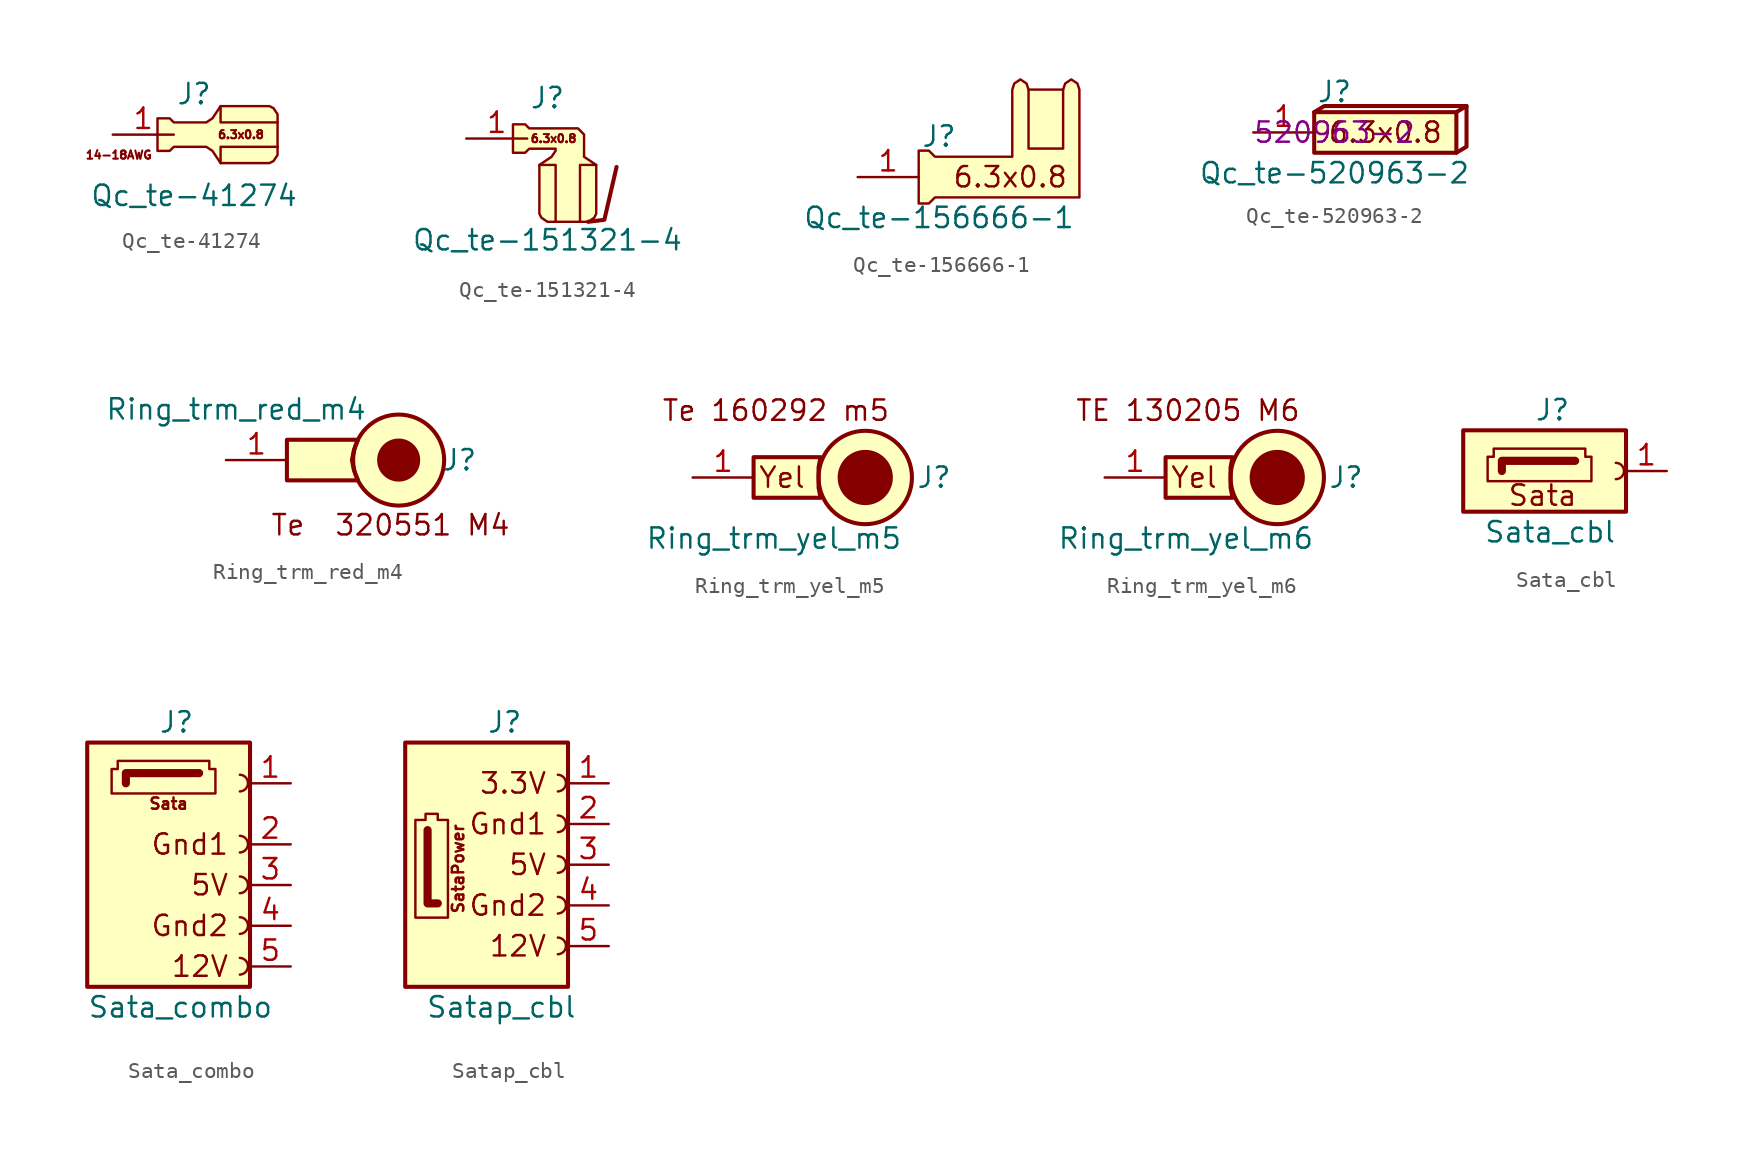
<source format=kicad_sym>
(kicad_symbol_lib
  (version 20211014)
  (generator kicad_symbol_editor)
  (symbol "Qc_te-41274"
    (pin_names
      (offset 1.016) hide)
    (property "Reference" "J"
      (at 0 2.54 0)
      (effects (font (size 1.27 1.27))))
    (property "Value" "Qc_te-41274"
      (at 0 -3.81 0)
      (effects (font (size 1.27 1.27))))
    (symbol "Qc_te-41274_0_0"
      (text "14-18AWG" (at -4.699 -1.27 0) (effects (font (size 0.508 0.508)))))
    (symbol "Qc_te-41274_0_1"
      (polyline (pts (xy 5.207 -0.762) (xy 1.651 -0.762) (xy 1.651 -1.778)) (stroke (width 0) (type default) (color 0 0 0 0)) (fill (type none)))
      (polyline (pts (xy 5.207 0.762) (xy 1.651 0.762) (xy 1.651 1.778)) (stroke (width 0) (type default) (color 0 0 0 0)) (fill (type none)))
      (polyline (pts (xy 4.699 1.778) (xy 1.651 1.778) (xy 1.143 1.016) (xy 0.762 0.762) (xy -1.27 0.762) (xy -1.524 1.016) (xy -2.286 1.016) (xy -2.286 -1.016) (xy -1.524 -1.016) (xy -1.27 -0.762) (xy 0.762 -0.762) (xy 1.143 -1.016) (xy 1.651 -1.778) (xy 4.699 -1.778) (xy 4.953 -1.651) (xy 5.207 -1.27) (xy 5.207 -0.762) (xy 5.207 1.27) (xy 4.953 1.651) (xy 4.699 1.778)) (stroke (width 0) (type default) (color 0 0 0 0)) (fill (type background))))
    (symbol "Qc_te-41274_1_1"
      (text "6.3x0.8" (at 2.921 0 0) (effects (font (size 0.508 0.508))))
      (pin passive line (at -5.08 0 0) (length 3.81) (name "Pin_1" (effects (font (size 1.27 1.27)))) (number "1" (effects (font (size 1.27 1.27)))))))
  (symbol "Qc_te-151321-4"
    (pin_names
      (offset 1.016) hide)
    (property "Reference" "J"
      (at 0 2.54 0)
      (effects (font (size 1.27 1.27))))
    (property "Value" "Qc_te-151321-4"
      (at 0 -6.35 0)
      (effects (font (size 1.27 1.27))))
    (symbol "Qc_te-151321-4_0_0"
      (polyline (pts (xy 2.54 -5.207) (xy 3.556 -5.08) (xy 4.318 -1.778)) (stroke (width 0.254) (type default) (color 0 0 0 0)) (fill (type none)))
      (text "6.3x0.8" (at 0.381 0 0) (effects (font (size 0.508 0.508)))))
    (symbol "Qc_te-151321-4_0_1"
      (polyline (pts (xy 0.508 -5.207) (xy 0.508 -1.651) (xy -0.508 -1.651)) (stroke (width 0) (type default) (color 0 0 0 0)) (fill (type none)))
      (polyline (pts (xy 2.032 -5.207) (xy 2.032 -1.651) (xy 3.048 -1.651)) (stroke (width 0) (type default) (color 0 0 0 0)) (fill (type none)))
      (polyline (pts (xy 3.048 -4.699) (xy 3.048 -1.651) (xy 2.286 -1.143) (xy 2.286 0.254) (xy 1.905 0.635) (xy -1.143 0.635) (xy -1.397 0.889) (xy -2.159 0.889) (xy -2.159 -0.889) (xy -1.397 -0.889) (xy -1.143 -0.635) (xy 0.508 -0.635) (xy 0.508 -0.762) (xy 0.254 -1.143) (xy -0.508 -1.651) (xy -0.508 -4.699) (xy -0.381 -4.953) (xy 0 -5.207) (xy 0.508 -5.207) (xy 2.54 -5.207) (xy 2.921 -4.953) (xy 3.048 -4.699)) (stroke (width 0) (type default) (color 0 0 0 0)) (fill (type background))))
    (symbol "Qc_te-151321-4_1_1"
      (pin passive line (at -5.08 0 0) (length 3.81) (name "Pin_1" (effects (font (size 1.27 1.27)))) (number "1" (effects (font (size 1.27 1.27)))))))
  (symbol "Qc_te-156666-1"
    (pin_names
      (offset 1.016) hide)
    (property "Reference" "J"
      (at 0 2.54 0)
      (effects (font (size 1.27 1.27))))
    (property "Value" "Qc_te-156666-1"
      (at 0 -2.54 0)
      (effects (font (size 1.27 1.27))))
    (symbol "Qc_te-156666-1_0_0"
      (polyline (pts (xy -0.254 -1.27) (xy -0.635 -1.651) (xy -1.27 -1.651) (xy -1.27 0) (xy -1.27 1.651) (xy -0.635 1.651) (xy -0.254 1.27) (xy 4.572 1.27) (xy 4.572 5.461) (xy 4.699 5.842) (xy 5.08 6.096) (xy 5.461 5.842) (xy 5.588 5.461) (xy 7.747 5.461) (xy 7.874 5.842) (xy 8.255 6.096) (xy 8.636 5.842) (xy 8.763 5.461) (xy 8.763 -1.27) (xy -0.254 -1.27)) (stroke (width 0) (type default) (color 0 0 0 0)) (fill (type background)))
      (text "6.3x0.8" (at 4.445 0 0) (effects (font (size 1.27 1.27)))))
    (symbol "Qc_te-156666-1_0_1"
      (polyline (pts (xy 5.588 5.461) (xy 5.588 1.778) (xy 7.747 1.778) (xy 7.747 5.461)) (stroke (width 0) (type default) (color 0 0 0 0)) (fill (type none))))
    (symbol "Qc_te-156666-1_1_1"
      (pin passive line (at -5.08 0 0) (length 3.81) (name "Pin_1" (effects (font (size 1.27 1.27)))) (number "1" (effects (font (size 1.27 1.27)))))))
  (symbol "Qc_te-520963-2"
    (pin_names
      (offset 1.016) hide)
    (property "Reference" "J"
      (at 0 2.54 0)
      (effects (font (size 1.27 1.27))))
    (property "Value" "Qc_te-520963-2"
      (at 0 -2.54 0)
      (effects (font (size 1.27 1.27))))
    (property "Vendor_pn" "520963-2"
      (at 0 0 0)
      (effects (font (size 1.27 1.27))))
    (symbol "Qc_te-520963-2_0_0"
      (text "6.3x0.8" (at 3.175 0 0) (effects (font (size 1.27 1.27)))))
    (symbol "Qc_te-520963-2_0_1"
      (polyline (pts (xy 7.62 1.27) (xy 8.255 1.651)) (stroke (width 0.254) (type default) (color 0 0 0 0)) (fill (type none)))
      (polyline (pts (xy -1.27 1.27) (xy -0.635 1.651) (xy 8.255 1.651) (xy 8.255 -0.889) (xy 7.62 -1.27)) (stroke (width 0.254) (type default) (color 0 0 0 0)) (fill (type none))))
    (symbol "Qc_te-520963-2_1_1"
      (rectangle (start -1.27 1.27) (end 7.62 -1.27) (stroke (width 0.254) (type default) (color 0 0 0 0)) (fill (type background)))
      (pin passive line (at -5.08 0 0) (length 3.81) (name "Pin_1" (effects (font (size 1.27 1.27)))) (number "1" (effects (font (size 1.27 1.27)))))))
  (symbol "Ring_trm_red_m4"
    (pin_names
      (offset 1.016) hide)
    (property "Reference" "J"
      (at 9.525 0 0)
      (effects (font (size 1.27 1.27))))
    (property "Value" "Ring_trm_red_m4"
      (at -4.445 3.175 0)
      (effects (font (size 1.27 1.27))))
    (symbol "Ring_trm_red_m4_0_0"
      (text "Te  320551 M4" (at 5.207 -4.064 0) (effects (font (size 1.27 1.27)))))
    (symbol "Ring_trm_red_m4_0_1"
      (polyline (pts (xy 3.175 1.27) (xy 2.921 0.635) (xy 2.794 0) (xy 2.921 -0.635) (xy 3.175 -1.27) (xy -1.27 -1.27) (xy -1.27 1.27) (xy 3.175 1.27)) (stroke (width 0.254) (type default) (color 0 0 0 0)) (fill (type background)))
      (circle (center 5.715 0) (radius 1.27) (stroke (width 0) (type default) (color 0 0 0 0)) (fill (type outline)))
      (circle (center 5.715 0) (radius 2.845) (stroke (width 0.254) (type default) (color 0 0 0 0)) (fill (type background))))
    (symbol "Ring_trm_red_m4_1_1"
      (pin passive line (at -5.08 0 0) (length 3.81) (name "Pin_1" (effects (font (size 1.27 1.27)))) (number "1" (effects (font (size 1.27 1.27)))))))
  (symbol "Ring_trm_yel_m5"
    (pin_names
      (offset 1.016) hide)
    (property "Reference" "J"
      (at 8.89 0 0)
      (effects (font (size 1.27 1.27)) (justify left)))
    (property "Value" "Ring_trm_yel_m5"
      (at 0 -3.81 0)
      (effects (font (size 1.27 1.27))))
    (symbol "Ring_trm_yel_m5_0_0"
      (text "Te 160292 m5" (at 0.127 4.191 0) (effects (font (size 1.27 1.27))))
      (text "Yel" (at 0.508 0 0) (effects (font (size 1.27 1.27)))))
    (symbol "Ring_trm_yel_m5_0_1"
      (polyline (pts (xy 2.921 1.27) (xy 2.794 0.635) (xy 2.794 0) (xy 2.794 -0.635) (xy 2.921 -1.27) (xy -1.27 -1.27) (xy -1.27 1.27) (xy 2.921 1.27)) (stroke (width 0.254) (type default) (color 0 0 0 0)) (fill (type background)))
      (circle (center 5.715 0) (radius 1.651) (stroke (width 0) (type default) (color 0 0 0 0)) (fill (type outline)))
      (circle (center 5.715 0) (radius 2.921) (stroke (width 0.254) (type default) (color 0 0 0 0)) (fill (type background))))
    (symbol "Ring_trm_yel_m5_1_1"
      (pin passive line (at -5.08 0 0) (length 3.81) (name "Pin_1" (effects (font (size 1.27 1.27)))) (number "1" (effects (font (size 1.27 1.27)))))))
  (symbol "Ring_trm_yel_m6"
    (pin_names
      (offset 1.016) hide)
    (property "Reference" "J"
      (at 8.89 0 0)
      (effects (font (size 1.27 1.27)) (justify left)))
    (property "Value" "Ring_trm_yel_m6"
      (at 0 -3.81 0)
      (effects (font (size 1.27 1.27))))
    (symbol "Ring_trm_yel_m6_0_0"
      (text "TE 130205 M6" (at 0.127 4.191 0) (effects (font (size 1.27 1.27))))
      (text "Yel" (at 0.508 0 0) (effects (font (size 1.27 1.27)))))
    (symbol "Ring_trm_yel_m6_0_1"
      (polyline (pts (xy 2.921 1.27) (xy 2.794 0.635) (xy 2.794 0) (xy 2.794 -0.635) (xy 2.921 -1.27) (xy -1.27 -1.27) (xy -1.27 1.27) (xy 2.921 1.27)) (stroke (width 0.254) (type default) (color 0 0 0 0)) (fill (type background)))
      (circle (center 5.715 0) (radius 1.651) (stroke (width 0) (type default) (color 0 0 0 0)) (fill (type outline)))
      (circle (center 5.715 0) (radius 2.921) (stroke (width 0.254) (type default) (color 0 0 0 0)) (fill (type background))))
    (symbol "Ring_trm_yel_m6_1_1"
      (pin passive line (at -5.08 0 0) (length 3.81) (name "Pin_1" (effects (font (size 1.27 1.27)))) (number "1" (effects (font (size 1.27 1.27)))))))
  (symbol "Sata_cbl"
    (pin_names
      (offset 1.016) hide)
    (property "Reference" "J"
      (at -1.905 3.81 0)
      (effects (font (size 1.27 1.27)) (justify left)))
    (property "Value" "Sata_cbl"
      (at -5.08 -3.81 0)
      (effects (font (size 1.27 1.27)) (justify left)))
    (symbol "Sata_cbl_0_0"
      (polyline (pts (xy -3.937 0) (xy -3.937 0.635) (xy 0.635 0.635)) (stroke (width 0.508) (type default) (color 0 0 0 0)) (fill (type none)))
      (polyline (pts (xy -4.826 -0.635) (xy -4.826 0.889) (xy -4.445 0.889) (xy -4.445 1.397) (xy 1.27 1.397) (xy 1.27 0.889) (xy 1.651 0.889) (xy 1.651 -0.635) (xy -4.826 -0.635)) (stroke (width 0) (type default) (color 0 0 0 0)) (fill (type none)))
      (text "Sata" (at -1.397 -1.524 0) (effects (font (size 1.27 1.27)))))
    (symbol "Sata_cbl_0_1"
      (rectangle (start -6.35 -2.54) (end 3.81 2.54) (stroke (width 0.254) (type default) (color 0 0 0 0)) (fill (type background)))
      (arc (start 3.175 -0.508) (mid 3.683 0) (end 3.175 0.508) (stroke (width 0) (type default) (color 0 0 0 0)) (fill (type none))))
    (symbol "Sata_cbl_1_1"
      (pin passive line (at 6.35 0 180) (length 2.54) (name "Pin_1" (effects (font (size 1.27 1.27)))) (number "1" (effects (font (size 1.27 1.27)))))))
  (symbol "Sata_combo"
    (pin_names
      (offset 1.016) hide)
    (property "Reference" "J"
      (at -1.905 8.89 0)
      (effects (font (size 1.27 1.27)) (justify left)))
    (property "Value" "Sata_combo"
      (at -6.35 -8.89 0)
      (effects (font (size 1.27 1.27)) (justify left)))
    (symbol "Sata_combo_0_0"
      (polyline (pts (xy -3.937 5.08) (xy -3.937 5.715) (xy 0.635 5.715)) (stroke (width 0.508) (type default) (color 0 0 0 0)) (fill (type none)))
      (polyline (pts (xy -4.826 4.445) (xy -4.826 5.969) (xy -4.445 5.969) (xy -4.445 6.477) (xy 1.27 6.477) (xy 1.27 5.969) (xy 1.651 5.969) (xy 1.651 4.445) (xy -4.826 4.445)) (stroke (width 0) (type default) (color 0 0 0 0)) (fill (type none)))
      (text "12V" (at 2.54 -6.35 0) (effects (font (size 1.27 1.27)) (justify right)))
      (text "5V" (at 2.54 -1.27 0) (effects (font (size 1.27 1.27)) (justify right)))
      (text "Gnd1" (at 2.54 1.27 0) (effects (font (size 1.27 1.27)) (justify right)))
      (text "Gnd2" (at 2.54 -3.81 0) (effects (font (size 1.27 1.27)) (justify right)))
      (text "Sata" (at -1.27 3.81 0) (effects (font (size 0.711 0.711)))))
    (symbol "Sata_combo_0_1"
      (rectangle (start -6.35 -7.62) (end 3.81 7.62) (stroke (width 0.254) (type default) (color 0 0 0 0)) (fill (type background)))
      (arc (start 3.175 4.572) (mid 3.6832 5.0927) (end 3.175 5.6134) (stroke (width 0) (type default) (color 0 0 0 0)) (fill (type none))))
    (symbol "Sata_combo_1_1"
      (arc (start 3.175 -6.858) (mid 3.6832 -6.3373) (end 3.175 -5.8166) (stroke (width 0) (type default) (color 0 0 0 0)) (fill (type none)))
      (arc (start 3.175 -4.318) (mid 3.6832 -3.7973) (end 3.175 -3.2766) (stroke (width 0) (type default) (color 0 0 0 0)) (fill (type none)))
      (arc (start 3.175 -1.778) (mid 3.6832 -1.2573) (end 3.175 -0.7366) (stroke (width 0) (type default) (color 0 0 0 0)) (fill (type none)))
      (arc (start 3.175 0.762) (mid 3.6832 1.2827) (end 3.175 1.8034) (stroke (width 0) (type default) (color 0 0 0 0)) (fill (type none)))
      (pin passive line (at 6.35 5.08 180) (length 2.54) (name "Sata" (effects (font (size 1.27 1.27)))) (number "1" (effects (font (size 1.27 1.27)))))
      (pin passive line (at 6.35 1.27 180) (length 2.54) (name "GND1" (effects (font (size 1.27 1.27)))) (number "2" (effects (font (size 1.27 1.27)))))
      (pin passive line (at 6.35 -1.27 180) (length 2.54) (name "5V" (effects (font (size 1.27 1.27)))) (number "3" (effects (font (size 1.27 1.27)))))
      (pin passive line (at 6.35 -3.81 180) (length 2.54) (name "GND2" (effects (font (size 1.27 1.27)))) (number "4" (effects (font (size 1.27 1.27)))))
      (pin passive line (at 6.35 -6.35 180) (length 2.54) (name "12V" (effects (font (size 1.27 1.27)))) (number "5" (effects (font (size 1.27 1.27)))))))
  (symbol "Satap_cbl"
    (pin_names
      (offset 1.016) hide)
    (property "Reference" "J"
      (at -1.27 8.89 0)
      (effects (font (size 1.27 1.27)) (justify left)))
    (property "Value" "Satap_cbl"
      (at -5.08 -8.89 0)
      (effects (font (size 1.27 1.27)) (justify left)))
    (symbol "Satap_cbl_0_0"
      (polyline (pts (xy -4.318 -2.413) (xy -4.953 -2.413) (xy -4.953 2.159)) (stroke (width 0.508) (type default) (color 0 0 0 0)) (fill (type none)))
      (polyline (pts (xy -3.683 -3.302) (xy -5.207 -3.302) (xy -5.715 -3.302) (xy -5.715 -2.921) (xy -5.715 2.794) (xy -5.08 2.794) (xy -5.08 3.175) (xy -4.318 3.175) (xy -4.318 2.794) (xy -3.683 2.794) (xy -3.683 -3.302)) (stroke (width 0) (type default) (color 0 0 0 0)) (fill (type none)))
      (text "12V" (at 2.54 -5.08 0) (effects (font (size 1.27 1.27)) (justify right)))
      (text "5V" (at 2.54 0 0) (effects (font (size 1.27 1.27)) (justify right)))
      (text "Gnd1" (at 2.54 2.54 0) (effects (font (size 1.27 1.27)) (justify right)))
      (text "Gnd2" (at 2.54 -2.54 0) (effects (font (size 1.27 1.27)) (justify right)))
      (text "SataPower" (at -3.048 -0.254 900) (effects (font (size 0.711 0.711)))))
    (symbol "Satap_cbl_0_1"
      (rectangle (start -6.35 -7.62) (end 3.81 7.62) (stroke (width 0.254) (type default) (color 0 0 0 0)) (fill (type background)))
      (arc (start 3.175 4.572) (mid 3.6832 5.0927) (end 3.175 5.6134) (stroke (width 0) (type default) (color 0 0 0 0)) (fill (type none))))
    (symbol "Satap_cbl_1_1"
      (arc (start 3.175 -5.588) (mid 3.6832 -5.0673) (end 3.175 -4.5466) (stroke (width 0) (type default) (color 0 0 0 0)) (fill (type none)))
      (arc (start 3.175 -3.048) (mid 3.6832 -2.5273) (end 3.175 -2.0066) (stroke (width 0) (type default) (color 0 0 0 0)) (fill (type none)))
      (arc (start 3.175 -0.508) (mid 3.6832 0.0127) (end 3.175 0.5334) (stroke (width 0) (type default) (color 0 0 0 0)) (fill (type none)))
      (arc (start 3.175 2.032) (mid 3.6832 2.5527) (end 3.175 3.0734) (stroke (width 0) (type default) (color 0 0 0 0)) (fill (type none)))
      (text "3.3V" (at 2.54 5.08 0) (effects (font (size 1.27 1.27)) (justify right)))
      (pin passive line (at 6.35 5.08 180) (length 2.54) (name "3_3V" (effects (font (size 1.27 1.27)))) (number "1" (effects (font (size 1.27 1.27)))))
      (pin passive line (at 6.35 2.54 180) (length 2.54) (name "GND1" (effects (font (size 1.27 1.27)))) (number "2" (effects (font (size 1.27 1.27)))))
      (pin passive line (at 6.35 0 180) (length 2.54) (name "5V" (effects (font (size 1.27 1.27)))) (number "3" (effects (font (size 1.27 1.27)))))
      (pin passive line (at 6.35 -2.54 180) (length 2.54) (name "GND2" (effects (font (size 1.27 1.27)))) (number "4" (effects (font (size 1.27 1.27)))))
      (pin passive line (at 6.35 -5.08 180) (length 2.54) (name "12V" (effects (font (size 1.27 1.27)))) (number "5" (effects (font (size 1.27 1.27))))))))
</source>
